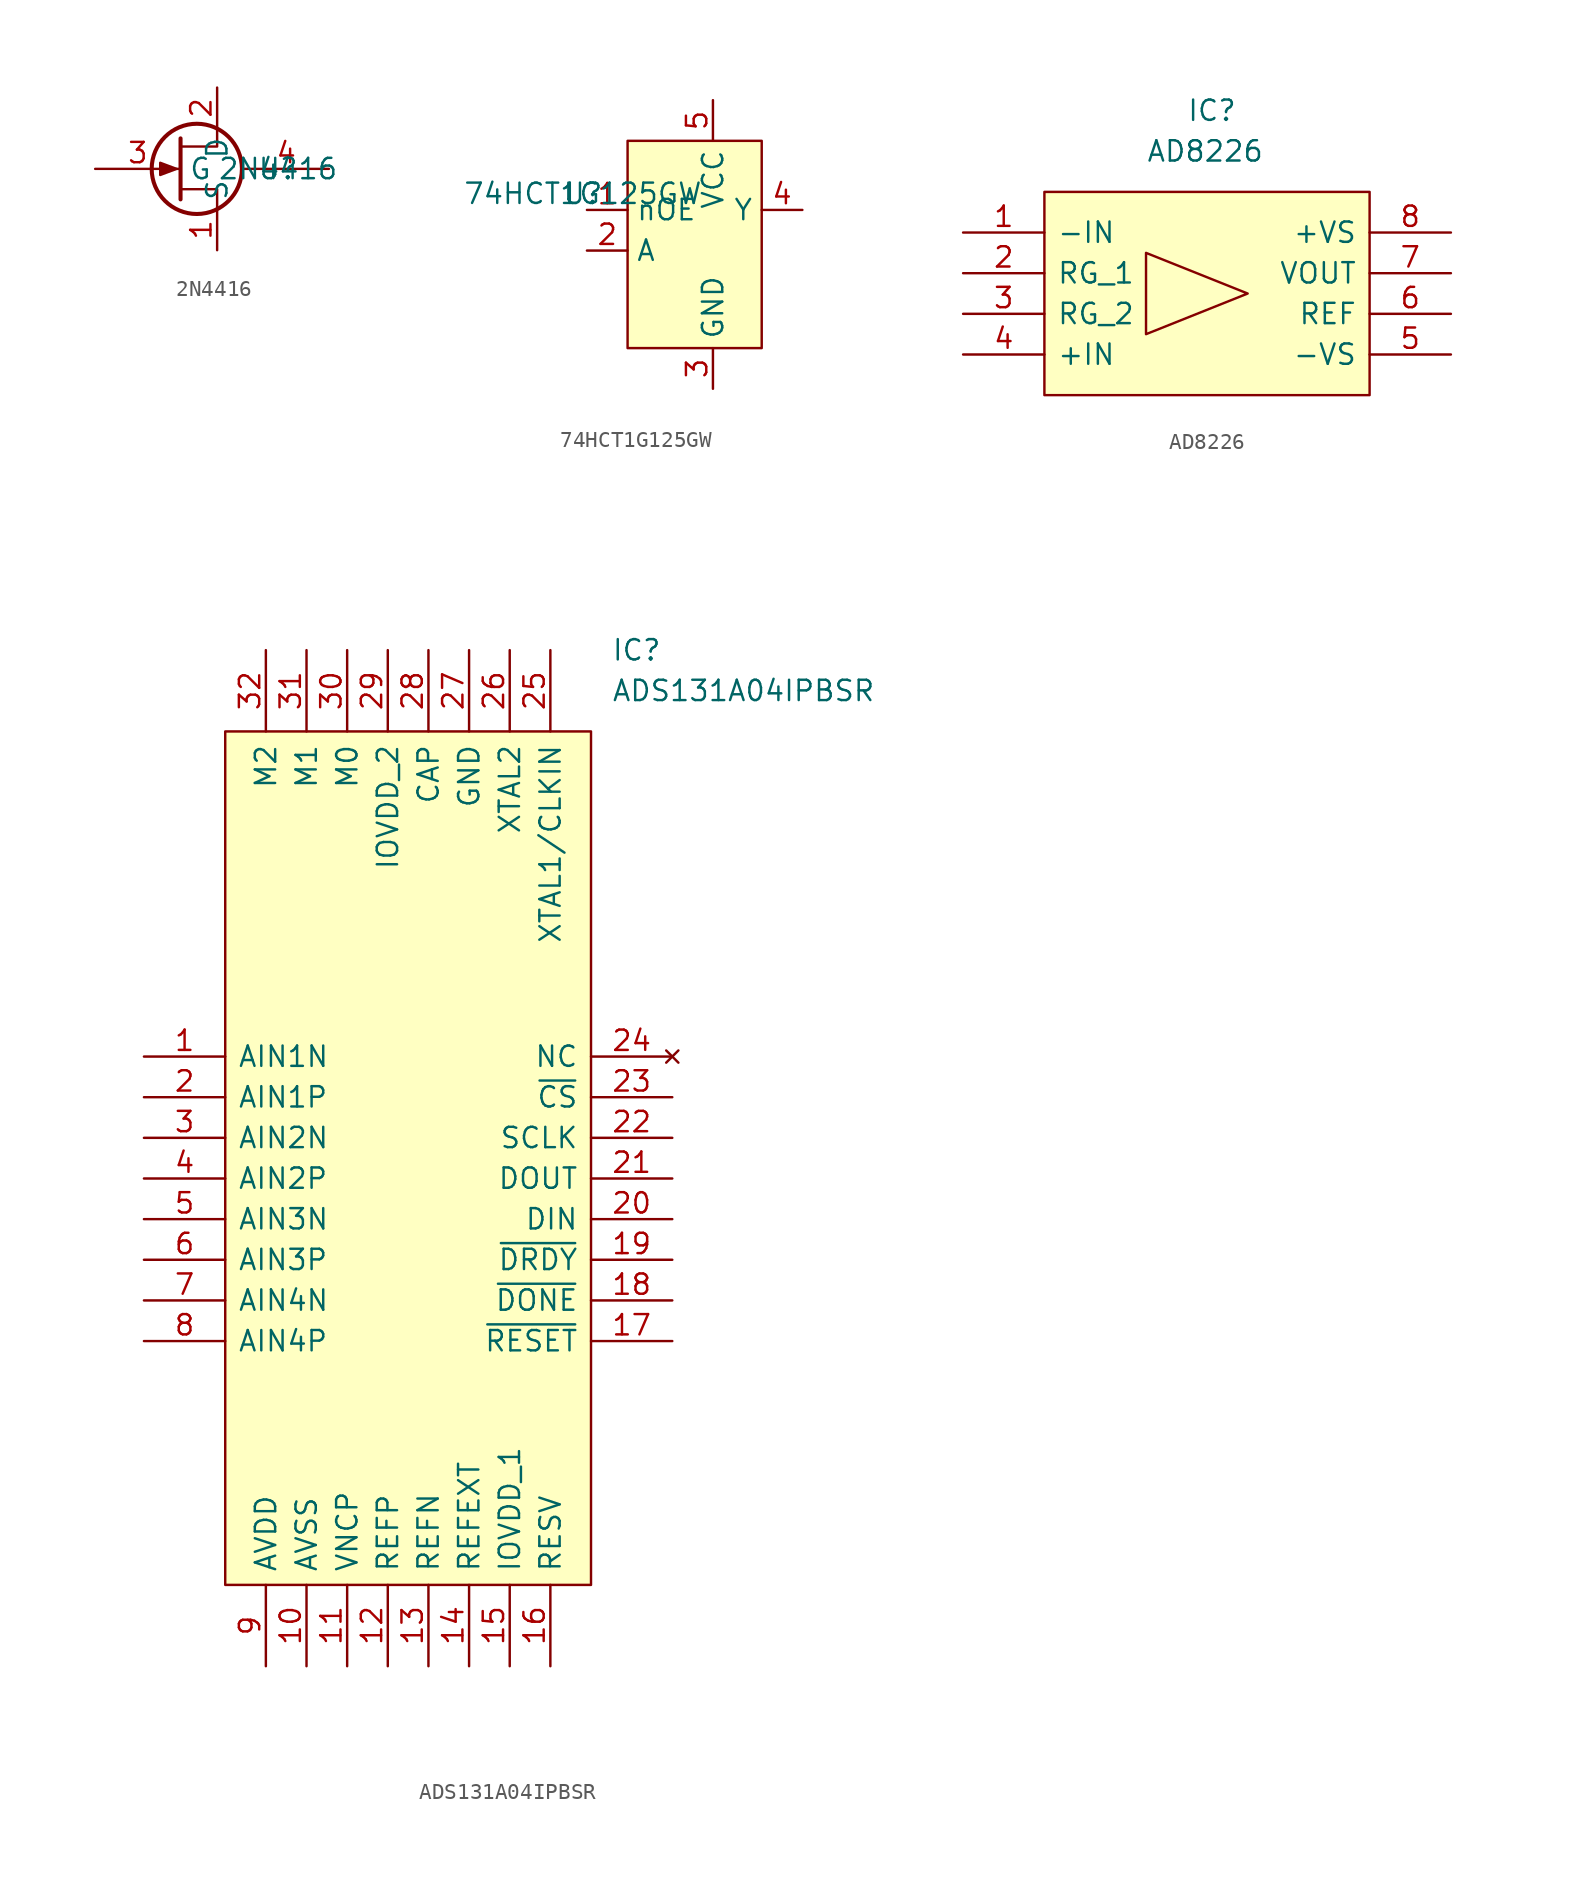
<source format=kicad_sym>
(kicad_symbol_lib
  (version 20220914)
  (generator kicad_symbol_editor)
  (symbol "2N4416"
    (property "Reference" "U"
      (at 0 0 0)
      (effects (font (size 1.27 1.27))))
    (property "Value" "2N4416"
      (at 0 0 0)
      (effects (font (size 1.27 1.27))))
    (symbol "2N4416_0_1"
      (circle (center -5.08 0) (radius 2.819) (stroke (width 0.254) (type default)) (fill (type none)))
      (polyline (pts (xy -6.096 1.905) (xy -6.096 -1.905) (xy -6.096 -1.905)) (stroke (width 0.254) (type default)) (fill (type none)))
      (polyline (pts (xy -3.81 -2.54) (xy -3.81 -1.27) (xy -6.096 -1.27)) (stroke (width 0) (type default)) (fill (type none)))
      (polyline (pts (xy -3.81 2.54) (xy -3.81 1.397) (xy -6.096 1.397)) (stroke (width 0) (type default)) (fill (type none)))
      (polyline (pts (xy -6.35 0) (xy -7.366 0.381) (xy -7.366 -0.381) (xy -6.35 0)) (stroke (width 0) (type default)) (fill (type outline))))
    (symbol "2N4416_1_1"
      (pin passive line (at -3.81 -5.08 90) (length 2.54) (name "S" (effects (font (size 1.27 1.27)))) (number "1" (effects (font (size 1.27 1.27)))))
      (pin passive line (at -3.81 5.08 270) (length 2.54) (name "D" (effects (font (size 1.27 1.27)))) (number "2" (effects (font (size 1.27 1.27)))))
      (pin input line (at -11.43 0 0) (length 5.334) (name "G" (effects (font (size 1.27 1.27)))) (number "3" (effects (font (size 1.27 1.27)))))
      (pin passive line (at 3.175 0 180) (length 5.334) (name "~" (effects (font (size 1.27 1.27)))) (number "4" (effects (font (size 1.27 1.27)))))))
  (symbol "74HCT1G125GW"
    (property "Reference" "U"
      (at -7.874 3.302 0)
      (effects (font (size 1.27 1.27))))
    (property "Value" "74HCT1G125GW"
      (at -7.874 3.302 0)
      (effects (font (size 1.27 1.27))))
    (symbol "74HCT1G125GW_1_1"
      (rectangle (start -5.08 6.604) (end 3.302 -6.35) (stroke (width 0) (type default)) (fill (type background)))
      (pin input line (at -7.62 2.286 0) (length 2.54) (name "nOE" (effects (font (size 1.27 1.27)))) (number "1" (effects (font (size 1.27 1.27)))))
      (pin input line (at -7.62 -0.254 0) (length 2.54) (name "A" (effects (font (size 1.27 1.27)))) (number "2" (effects (font (size 1.27 1.27)))))
      (pin power_in line (at 0.254 -8.89 90) (length 2.54) (name "GND" (effects (font (size 1.27 1.27)))) (number "3" (effects (font (size 1.27 1.27)))))
      (pin output line (at 5.842 2.286 180) (length 2.54) (name "Y" (effects (font (size 1.27 1.27)))) (number "4" (effects (font (size 1.27 1.27)))))
      (pin power_in line (at 0.254 9.144 270) (length 2.54) (name "VCC" (effects (font (size 1.27 1.27)))) (number "5" (effects (font (size 1.27 1.27)))))))
  (symbol "AD8226"
    (pin_names
      (offset 0.762))
    (property "Reference" "IC"
      (at 13.97 7.62 0)
      (effects (font (size 1.27 1.27)) (justify left)))
    (property "Value" "AD8226"
      (at 11.43 5.08 0)
      (effects (font (size 1.27 1.27)) (justify left)))
    (symbol "AD8226_0_0"
      (pin input line (at 0 0 0) (length 5.08) (name "-IN" (effects (font (size 1.27 1.27)))) (number "1" (effects (font (size 1.27 1.27)))))
      (pin passive line (at 0 -2.54 0) (length 5.08) (name "RG_1" (effects (font (size 1.27 1.27)))) (number "2" (effects (font (size 1.27 1.27)))))
      (pin passive line (at 0 -5.08 0) (length 5.08) (name "RG_2" (effects (font (size 1.27 1.27)))) (number "3" (effects (font (size 1.27 1.27)))))
      (pin input line (at 0 -7.62 0) (length 5.08) (name "+IN" (effects (font (size 1.27 1.27)))) (number "4" (effects (font (size 1.27 1.27)))))
      (pin power_in line (at 30.48 -7.62 180) (length 5.08) (name "-VS" (effects (font (size 1.27 1.27)))) (number "5" (effects (font (size 1.27 1.27)))))
      (pin input line (at 30.48 -5.08 180) (length 5.08) (name "REF" (effects (font (size 1.27 1.27)))) (number "6" (effects (font (size 1.27 1.27)))))
      (pin output line (at 30.48 -2.54 180) (length 5.08) (name "VOUT" (effects (font (size 1.27 1.27)))) (number "7" (effects (font (size 1.27 1.27)))))
      (pin power_in line (at 30.48 0 180) (length 5.08) (name "+VS" (effects (font (size 1.27 1.27)))) (number "8" (effects (font (size 1.27 1.27))))))
    (symbol "AD8226_0_1"
      (polyline (pts (xy 11.43 -1.27) (xy 11.43 -6.35) (xy 17.78 -3.81) (xy 11.43 -1.27)) (stroke (width 0.152) (type solid)) (fill (type none)))
      (polyline (pts (xy 5.08 2.54) (xy 25.4 2.54) (xy 25.4 -10.16) (xy 5.08 -10.16) (xy 5.08 2.54)) (stroke (width 0.152) (type solid)) (fill (type background)))))
  (symbol "ADS131A04IPBSR"
    (pin_names
      (offset 0.762))
    (property "Reference" "IC"
      (at 29.21 25.4 0)
      (effects (font (size 1.27 1.27)) (justify left)))
    (property "Value" "ADS131A04IPBSR"
      (at 29.21 22.86 0)
      (effects (font (size 1.27 1.27)) (justify left)))
    (symbol "ADS131A04IPBSR_0_0"
      (pin input line (at 0 0 0) (length 5.08) (name "AIN1N" (effects (font (size 1.27 1.27)))) (number "1" (effects (font (size 1.27 1.27)))))
      (pin power_in line (at 10.16 -38.1 90) (length 5.08) (name "AVSS" (effects (font (size 1.27 1.27)))) (number "10" (effects (font (size 1.27 1.27)))))
      (pin output line (at 12.7 -38.1 90) (length 5.08) (name "VNCP" (effects (font (size 1.27 1.27)))) (number "11" (effects (font (size 1.27 1.27)))))
      (pin output line (at 15.24 -38.1 90) (length 5.08) (name "REFP" (effects (font (size 1.27 1.27)))) (number "12" (effects (font (size 1.27 1.27)))))
      (pin input line (at 17.78 -38.1 90) (length 5.08) (name "REFN" (effects (font (size 1.27 1.27)))) (number "13" (effects (font (size 1.27 1.27)))))
      (pin input line (at 20.32 -38.1 90) (length 5.08) (name "REFEXT" (effects (font (size 1.27 1.27)))) (number "14" (effects (font (size 1.27 1.27)))))
      (pin power_in line (at 22.86 -38.1 90) (length 5.08) (name "IOVDD_1" (effects (font (size 1.27 1.27)))) (number "15" (effects (font (size 1.27 1.27)))))
      (pin input line (at 25.4 -38.1 90) (length 5.08) (name "RESV" (effects (font (size 1.27 1.27)))) (number "16" (effects (font (size 1.27 1.27)))))
      (pin input line (at 33.02 -17.78 180) (length 5.08) (name "~{RESET}" (effects (font (size 1.27 1.27)))) (number "17" (effects (font (size 1.27 1.27)))))
      (pin output line (at 33.02 -15.24 180) (length 5.08) (name "~{DONE}" (effects (font (size 1.27 1.27)))) (number "18" (effects (font (size 1.27 1.27)))))
      (pin bidirectional line (at 33.02 -12.7 180) (length 5.08) (name "~{DRDY}" (effects (font (size 1.27 1.27)))) (number "19" (effects (font (size 1.27 1.27)))))
      (pin input line (at 0 -2.54 0) (length 5.08) (name "AIN1P" (effects (font (size 1.27 1.27)))) (number "2" (effects (font (size 1.27 1.27)))))
      (pin input line (at 33.02 -10.16 180) (length 5.08) (name "DIN" (effects (font (size 1.27 1.27)))) (number "20" (effects (font (size 1.27 1.27)))))
      (pin output line (at 33.02 -7.62 180) (length 5.08) (name "DOUT" (effects (font (size 1.27 1.27)))) (number "21" (effects (font (size 1.27 1.27)))))
      (pin bidirectional line (at 33.02 -5.08 180) (length 5.08) (name "SCLK" (effects (font (size 1.27 1.27)))) (number "22" (effects (font (size 1.27 1.27)))))
      (pin input line (at 33.02 -2.54 180) (length 5.08) (name "~{CS}" (effects (font (size 1.27 1.27)))) (number "23" (effects (font (size 1.27 1.27)))))
      (pin no_connect line (at 33.02 0 180) (length 5.08) (name "NC" (effects (font (size 1.27 1.27)))) (number "24" (effects (font (size 1.27 1.27)))))
      (pin input line (at 25.4 25.4 270) (length 5.08) (name "XTAL1/CLKIN" (effects (font (size 1.27 1.27)))) (number "25" (effects (font (size 1.27 1.27)))))
      (pin output line (at 22.86 25.4 270) (length 5.08) (name "XTAL2" (effects (font (size 1.27 1.27)))) (number "26" (effects (font (size 1.27 1.27)))))
      (pin power_in line (at 20.32 25.4 270) (length 5.08) (name "GND" (effects (font (size 1.27 1.27)))) (number "27" (effects (font (size 1.27 1.27)))))
      (pin output line (at 17.78 25.4 270) (length 5.08) (name "CAP" (effects (font (size 1.27 1.27)))) (number "28" (effects (font (size 1.27 1.27)))))
      (pin power_in line (at 15.24 25.4 270) (length 5.08) (name "IOVDD_2" (effects (font (size 1.27 1.27)))) (number "29" (effects (font (size 1.27 1.27)))))
      (pin input line (at 0 -5.08 0) (length 5.08) (name "AIN2N" (effects (font (size 1.27 1.27)))) (number "3" (effects (font (size 1.27 1.27)))))
      (pin input line (at 12.7 25.4 270) (length 5.08) (name "M0" (effects (font (size 1.27 1.27)))) (number "30" (effects (font (size 1.27 1.27)))))
      (pin input line (at 10.16 25.4 270) (length 5.08) (name "M1" (effects (font (size 1.27 1.27)))) (number "31" (effects (font (size 1.27 1.27)))))
      (pin input line (at 7.62 25.4 270) (length 5.08) (name "M2" (effects (font (size 1.27 1.27)))) (number "32" (effects (font (size 1.27 1.27)))))
      (pin input line (at 0 -7.62 0) (length 5.08) (name "AIN2P" (effects (font (size 1.27 1.27)))) (number "4" (effects (font (size 1.27 1.27)))))
      (pin input line (at 0 -10.16 0) (length 5.08) (name "AIN3N" (effects (font (size 1.27 1.27)))) (number "5" (effects (font (size 1.27 1.27)))))
      (pin input line (at 0 -12.7 0) (length 5.08) (name "AIN3P" (effects (font (size 1.27 1.27)))) (number "6" (effects (font (size 1.27 1.27)))))
      (pin input line (at 0 -15.24 0) (length 5.08) (name "AIN4N" (effects (font (size 1.27 1.27)))) (number "7" (effects (font (size 1.27 1.27)))))
      (pin input line (at 0 -17.78 0) (length 5.08) (name "AIN4P" (effects (font (size 1.27 1.27)))) (number "8" (effects (font (size 1.27 1.27)))))
      (pin power_in line (at 7.62 -38.1 90) (length 5.08) (name "AVDD" (effects (font (size 1.27 1.27)))) (number "9" (effects (font (size 1.27 1.27))))))
    (symbol "ADS131A04IPBSR_0_1"
      (polyline (pts (xy 5.08 20.32) (xy 27.94 20.32) (xy 27.94 -33.02) (xy 5.08 -33.02) (xy 5.08 20.32)) (stroke (width 0.152) (type solid)) (fill (type background))))))
</source>
